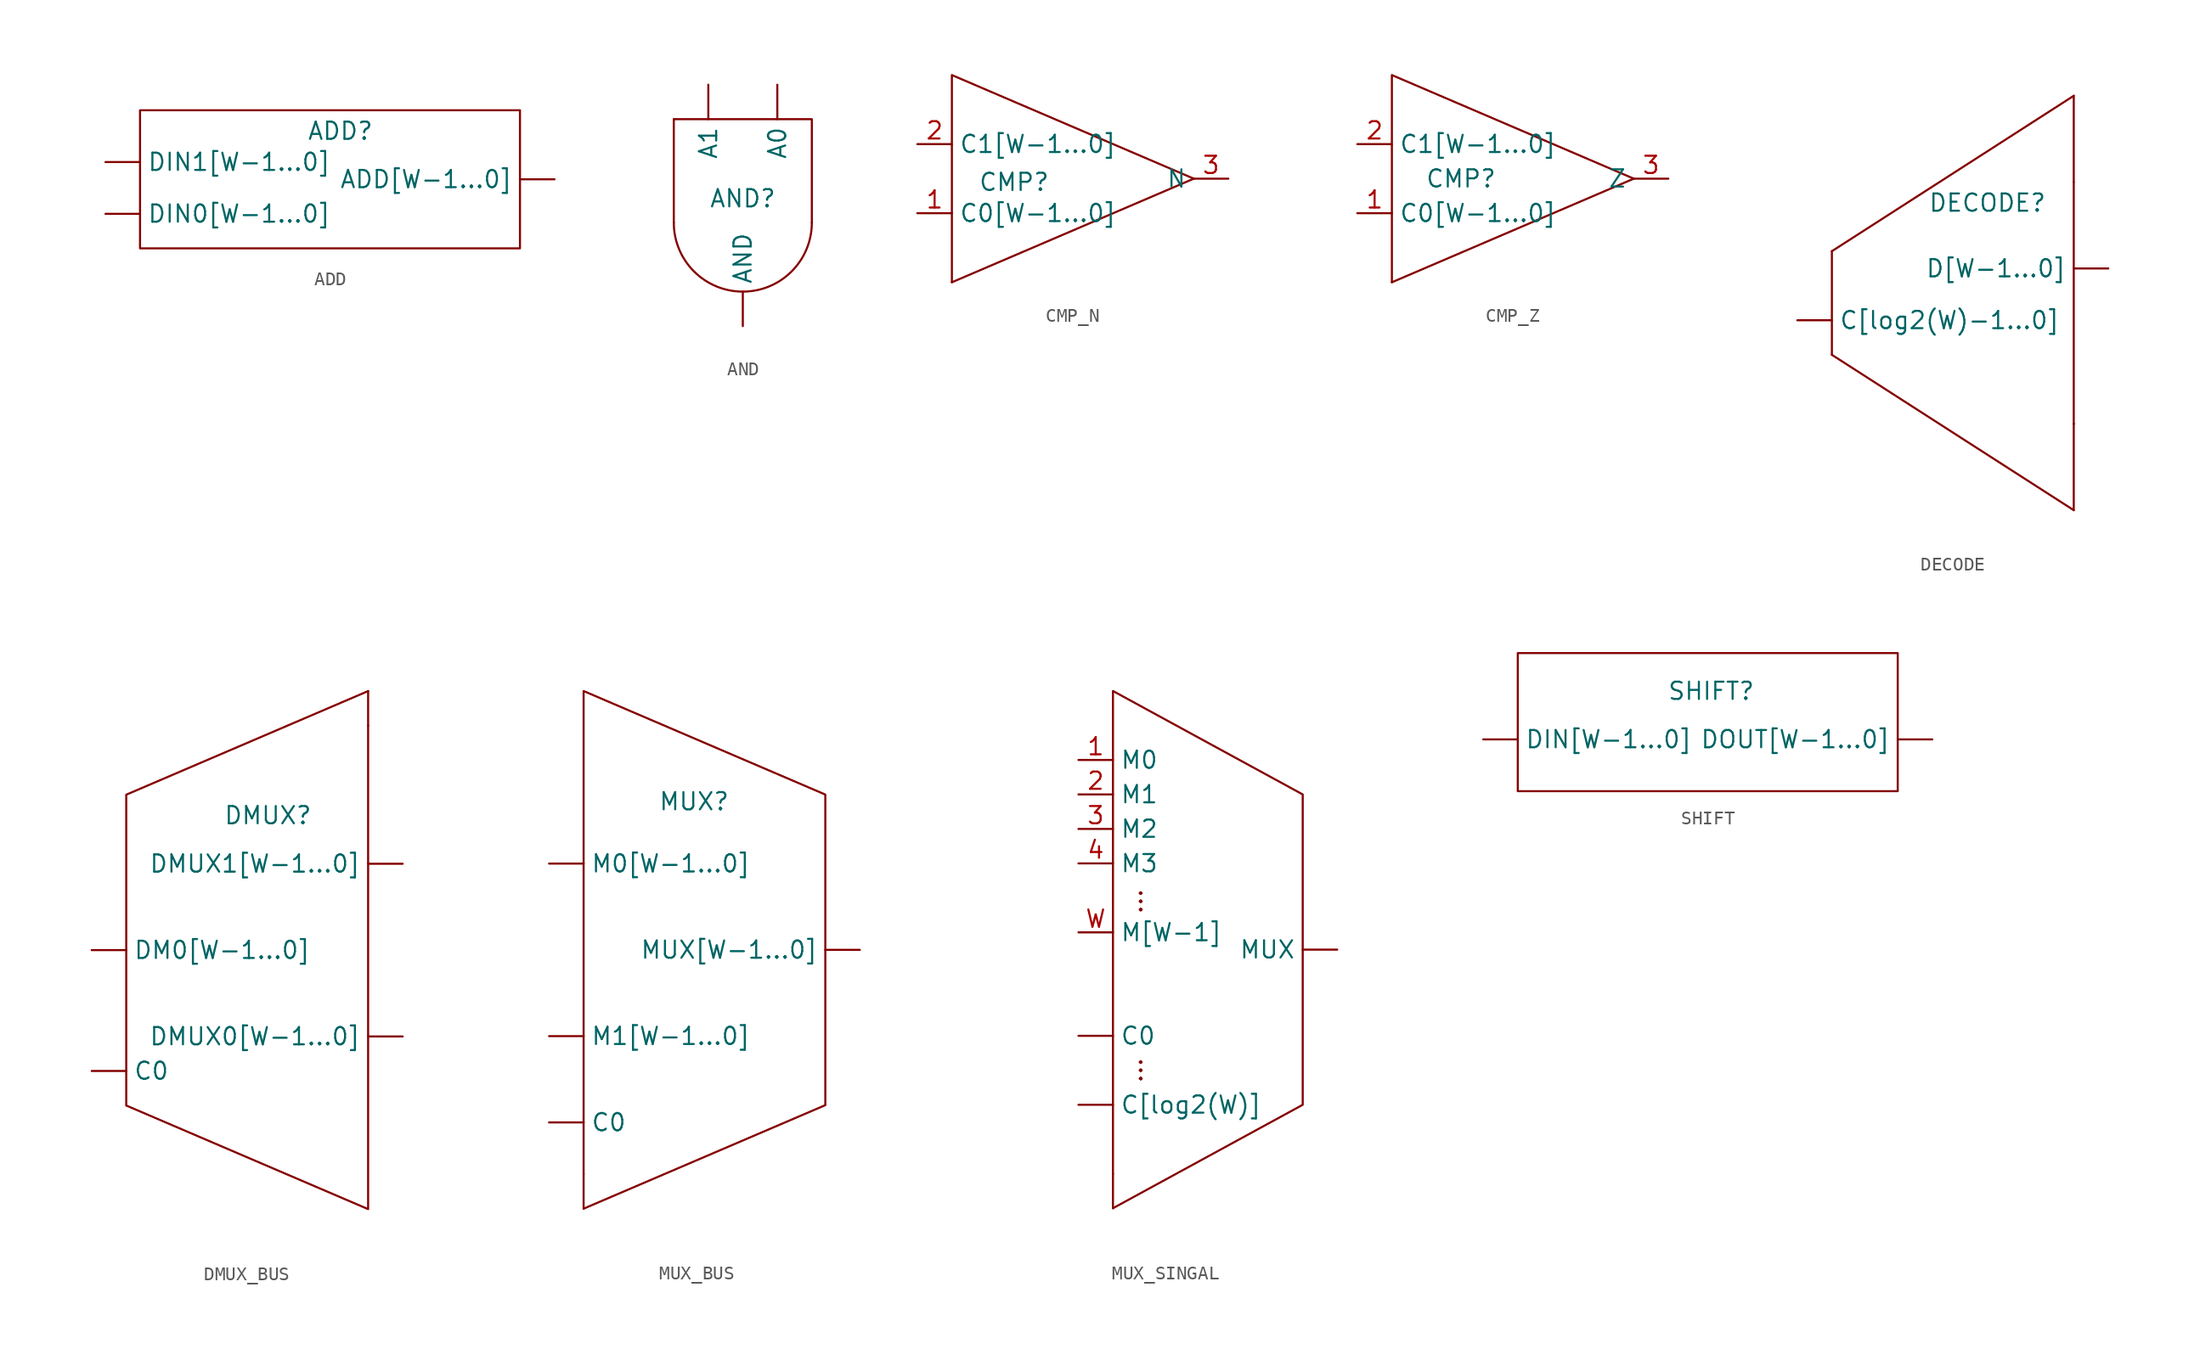
<source format=kicad_sym>
(kicad_symbol_lib
  (version 20231120)
  (generator "kicad_symbol_editor")
  (generator_version "8.0")
  (symbol "ADD"
    (property "Reference" "ADD"
      (at -3.048 -4.064 0)
      (effects (font (size 1.27 1.27))))
    (property "Value" ""
      (at 0 0 0)
      (effects (font (size 1.27 1.27))))
    (symbol "ADD_0_1"
      (rectangle (start -17.78 -2.54) (end 10.16 -12.7) (stroke (width 0) (type default)) (fill (type none))))
    (symbol "ADD_1_1"
      (pin input line (at 12.7 -7.62 180) (length 2.54) (name "ADD[W-1...0]" (effects (font (size 1.27 1.27)))) (number "" (effects (font (size 1.27 1.27)))))
      (pin input line (at -20.32 -10.16 0) (length 2.54) (name "DIN0[W-1...0]" (effects (font (size 1.27 1.27)))) (number "" (effects (font (size 1.27 1.27)))))
      (pin input line (at -20.32 -6.35 0) (length 2.54) (name "DIN1[W-1...0]" (effects (font (size 1.27 1.27)))) (number "" (effects (font (size 1.27 1.27)))))))
  (symbol "AND"
    (property "Reference" "AND"
      (at 0 -8.382 0)
      (effects (font (size 1.27 1.27))))
    (property "Value" ""
      (at 0 0 0)
      (effects (font (size 1.27 1.27))))
    (symbol "AND_0_1"
      (arc (start -5.08 -10.16) (mid -3.5921 -13.7521) (end 0 -15.24) (stroke (width 0) (type default)) (fill (type none)))
      (arc (start 0 -15.24) (mid 3.5921 -13.7521) (end 5.08 -10.16) (stroke (width 0) (type default)) (fill (type none)))
      (polyline (pts (xy -5.08 -2.54) (xy -5.08 -10.16)) (stroke (width 0) (type default)) (fill (type none)))
      (polyline (pts (xy -5.08 -2.54) (xy 5.08 -2.54) (xy 5.08 -10.16)) (stroke (width 0) (type default)) (fill (type none))))
    (symbol "AND_1_1"
      (pin input line (at 2.54 0 270) (length 2.54) (name "A0" (effects (font (size 1.27 1.27)))) (number "" (effects (font (size 1.27 1.27)))))
      (pin input line (at -2.54 0 270) (length 2.54) (name "A1" (effects (font (size 1.27 1.27)))) (number "" (effects (font (size 1.27 1.27)))))
      (pin input line (at 0 -17.78 90) (length 2.54) (name "AND" (effects (font (size 1.27 1.27)))) (number "" (effects (font (size 1.27 1.27)))))))
  (symbol "CMP_N"
    (property "Reference" "CMP"
      (at 0.762 -0.254 0)
      (effects (font (size 1.27 1.27))))
    (property "Value" ""
      (at 0 0 0)
      (effects (font (size 1.27 1.27))))
    (symbol "CMP_N_0_1"
      (polyline (pts (xy -3.81 -7.62) (xy 13.97 0)) (stroke (width 0) (type default)) (fill (type none)))
      (polyline (pts (xy 13.97 0) (xy -3.81 7.62) (xy -3.81 -7.62)) (stroke (width 0) (type default)) (fill (type none))))
    (symbol "CMP_N_1_1"
      (pin input line (at -6.35 -2.54 0) (length 2.54) (name "C0[W-1...0]" (effects (font (size 1.27 1.27)))) (number "1" (effects (font (size 1.27 1.27)))))
      (pin input line (at -6.35 2.54 0) (length 2.54) (name "C1[W-1...0]" (effects (font (size 1.27 1.27)))) (number "2" (effects (font (size 1.27 1.27)))))
      (pin input line (at 16.51 0 180) (length 2.54) (name "N" (effects (font (size 1.27 1.27)))) (number "3" (effects (font (size 1.27 1.27)))))))
  (symbol "CMP_Z"
    (property "Reference" "CMP"
      (at 0 0 0)
      (effects (font (size 1.27 1.27))))
    (property "Value" ""
      (at 0 0 0)
      (effects (font (size 1.27 1.27))))
    (symbol "CMP_Z_0_1"
      (polyline (pts (xy -5.08 -7.62) (xy 12.7 0)) (stroke (width 0) (type default)) (fill (type none)))
      (polyline (pts (xy 12.7 0) (xy -5.08 7.62) (xy -5.08 -7.62)) (stroke (width 0) (type default)) (fill (type none))))
    (symbol "CMP_Z_1_1"
      (pin input line (at -7.62 -2.54 0) (length 2.54) (name "C0[W-1...0]" (effects (font (size 1.27 1.27)))) (number "1" (effects (font (size 1.27 1.27)))))
      (pin input line (at -7.62 2.54 0) (length 2.54) (name "C1[W-1...0]" (effects (font (size 1.27 1.27)))) (number "2" (effects (font (size 1.27 1.27)))))
      (pin input line (at 15.24 0 180) (length 2.54) (name "Z" (effects (font (size 1.27 1.27)))) (number "3" (effects (font (size 1.27 1.27)))))))
  (symbol "DECODE"
    (property "Reference" "DECODE"
      (at 0 7.366 0)
      (effects (font (size 1.27 1.27))))
    (property "Value" ""
      (at 0 0 0)
      (effects (font (size 1.27 1.27))))
    (symbol "DECODE_0_1"
      (polyline (pts (xy -11.43 -3.81) (xy 6.35 -15.24)) (stroke (width 0) (type default)) (fill (type none)))
      (polyline (pts (xy -11.43 3.81) (xy -11.43 -3.81)) (stroke (width 0) (type default)) (fill (type none)))
      (polyline (pts (xy -11.43 3.81) (xy 6.35 15.24)) (stroke (width 0) (type default)) (fill (type none)))
      (polyline (pts (xy 6.35 -15.24) (xy 6.35 -8.89)) (stroke (width 0) (type default)) (fill (type none)))
      (polyline (pts (xy 6.35 -8.89) (xy 6.35 -8.89)) (stroke (width 0) (type default)) (fill (type none)))
      (polyline (pts (xy 6.35 -8.89) (xy 6.35 -8.89)) (stroke (width 0) (type default)) (fill (type none)))
      (polyline (pts (xy 6.35 8.89) (xy 6.35 -8.89)) (stroke (width 0) (type default)) (fill (type none)))
      (polyline (pts (xy 6.35 15.24) (xy 6.35 8.89)) (stroke (width 0) (type default)) (fill (type none))))
    (symbol "DECODE_1_1"
      (pin input line (at -13.97 -1.27 0) (length 2.54) (name "C[log2(W)-1...0]" (effects (font (size 1.27 1.27)))) (number "" (effects (font (size 1.27 1.27)))))
      (pin output line (at 8.89 2.54 180) (length 2.54) (name "D[W-1...0]" (effects (font (size 1.27 1.27)))) (number "" (effects (font (size 1.27 1.27)))))))
  (symbol "DMUX_BUS"
    (property "Reference" "DMUX"
      (at 0.254 12.446 0)
      (effects (font (size 1.27 1.27))))
    (property "Value" ""
      (at 0 0 0)
      (effects (font (size 1.27 1.27))))
    (symbol "DMUX_BUS_0_1"
      (polyline (pts (xy 7.62 21.59) (xy -10.16 13.97) (xy -10.16 -8.89) (xy 7.62 -16.51) (xy 7.62 19.05)) (stroke (width 0) (type default)) (fill (type none))))
    (symbol "DMUX_BUS_1_1"
      (polyline (pts (xy 7.62 19.05) (xy 7.62 21.59)) (stroke (width 0) (type default)) (fill (type none)))
      (pin input line (at -12.7 -6.35 0) (length 2.54) (name "C0" (effects (font (size 1.27 1.27)))) (number "" (effects (font (size 1.27 1.27)))))
      (pin input line (at -12.7 2.54 0) (length 2.54) (name "DM0[W-1...0]" (effects (font (size 1.27 1.27)))) (number "" (effects (font (size 1.27 1.27)))))
      (pin output line (at 10.16 -3.81 180) (length 2.54) (name "DMUX0[W-1...0]" (effects (font (size 1.27 1.27)))) (number "" (effects (font (size 1.27 1.27)))))
      (pin output line (at 10.16 8.89 180) (length 2.54) (name "DMUX1[W-1...0]" (effects (font (size 1.27 1.27)))) (number "" (effects (font (size 1.27 1.27)))))))
  (symbol "MUX_BUS"
    (property "Reference" "MUX"
      (at 0.508 10.922 0)
      (effects (font (size 1.27 1.27))))
    (property "Value" ""
      (at -11.43 -17.78 90)
      (effects (font (size 1.27 1.27))))
    (symbol "MUX_BUS_0_1"
      (polyline (pts (xy -7.62 -19.05) (xy 10.16 -11.43) (xy 10.16 11.43) (xy -7.62 19.05) (xy -7.62 -16.51)) (stroke (width 0) (type default)) (fill (type none))))
    (symbol "MUX_BUS_1_1"
      (polyline (pts (xy -7.62 -16.51) (xy -7.62 -19.05)) (stroke (width 0) (type default)) (fill (type none)))
      (pin input line (at -10.16 -12.7 0) (length 2.54) (name "C0" (effects (font (size 1.27 1.27)))) (number "" (effects (font (size 1.27 1.27)))))
      (pin input line (at -10.16 6.35 0) (length 2.54) (name "M0[W-1...0]" (effects (font (size 1.27 1.27)))) (number "" (effects (font (size 1.27 1.27)))))
      (pin input line (at -10.16 -6.35 0) (length 2.54) (name "M1[W-1...0]" (effects (font (size 1.27 1.27)))) (number "" (effects (font (size 1.27 1.27)))))
      (pin output line (at 12.7 0 180) (length 2.54) (name "MUX[W-1...0]" (effects (font (size 1.27 1.27)))) (number "" (effects (font (size 1.27 1.27)))))))
  (symbol "MUX_SINGAL"
    (property "Reference" "U"
      (at -6.604 -16.51 90)
      (effects (font (size 1.27 1.27)) (hide yes)))
    (property "Value" ""
      (at -13.97 -8.89 90)
      (effects (font (size 1.27 1.27))))
    (symbol "MUX_SINGAL_0_1"
      (polyline (pts (xy -5.08 -34.29) (xy 8.89 -26.67) (xy 8.89 -3.81) (xy -5.08 3.81) (xy -5.08 -31.75)) (stroke (width 0) (type default)) (fill (type none))))
    (symbol "MUX_SINGAL_1_1"
      (polyline (pts (xy -5.08 -31.75) (xy -5.08 -34.29)) (stroke (width 0) (type default)) (fill (type none)))
      (text "..." (at -3.556 -24.13 900) (effects (font (size 1.27 1.27))))
      (text "..." (at -3.556 -11.684 900) (effects (font (size 1.27 1.27))))
      (pin input line (at -7.62 -21.59 0) (length 2.54) (name "C0" (effects (font (size 1.27 1.27)))) (number "" (effects (font (size 1.27 1.27)))))
      (pin input line (at -7.62 -26.67 0) (length 2.54) (name "C[log2(W)]" (effects (font (size 1.27 1.27)))) (number "" (effects (font (size 1.27 1.27)))))
      (pin output line (at 11.43 -15.24 180) (length 2.54) (name "MUX" (effects (font (size 1.27 1.27)))) (number "" (effects (font (size 1.27 1.27)))))
      (pin input line (at -7.62 -1.27 0) (length 2.54) (name "M0" (effects (font (size 1.27 1.27)))) (number "1" (effects (font (size 1.27 1.27)))))
      (pin input line (at -7.62 -3.81 0) (length 2.54) (name "M1" (effects (font (size 1.27 1.27)))) (number "2" (effects (font (size 1.27 1.27)))))
      (pin input line (at -7.62 -6.35 0) (length 2.54) (name "M2" (effects (font (size 1.27 1.27)))) (number "3" (effects (font (size 1.27 1.27)))))
      (pin input line (at -7.62 -8.89 0) (length 2.54) (name "M3" (effects (font (size 1.27 1.27)))) (number "4" (effects (font (size 1.27 1.27)))))
      (pin input line (at -7.62 -13.97 0) (length 2.54) (name "M[W-1]" (effects (font (size 1.27 1.27)))) (number "W" (effects (font (size 1.27 1.27)))))))
  (symbol "SHIFT"
    (property "Reference" "SHIFT"
      (at 4.064 -0.254 0)
      (effects (font (size 1.27 1.27))))
    (property "Value" ""
      (at 0 0 0)
      (effects (font (size 1.27 1.27))))
    (symbol "SHIFT_0_1"
      (rectangle (start -10.16 2.54) (end 17.78 -7.62) (stroke (width 0) (type default)) (fill (type none))))
    (symbol "SHIFT_1_1"
      (pin input line (at -12.7 -3.81 0) (length 2.54) (name "DIN[W-1...0]" (effects (font (size 1.27 1.27)))) (number "" (effects (font (size 1.27 1.27)))))
      (pin output line (at 20.32 -3.81 180) (length 2.54) (name "DOUT[W-1...0]" (effects (font (size 1.27 1.27)))) (number "" (effects (font (size 1.27 1.27))))))))
</source>
